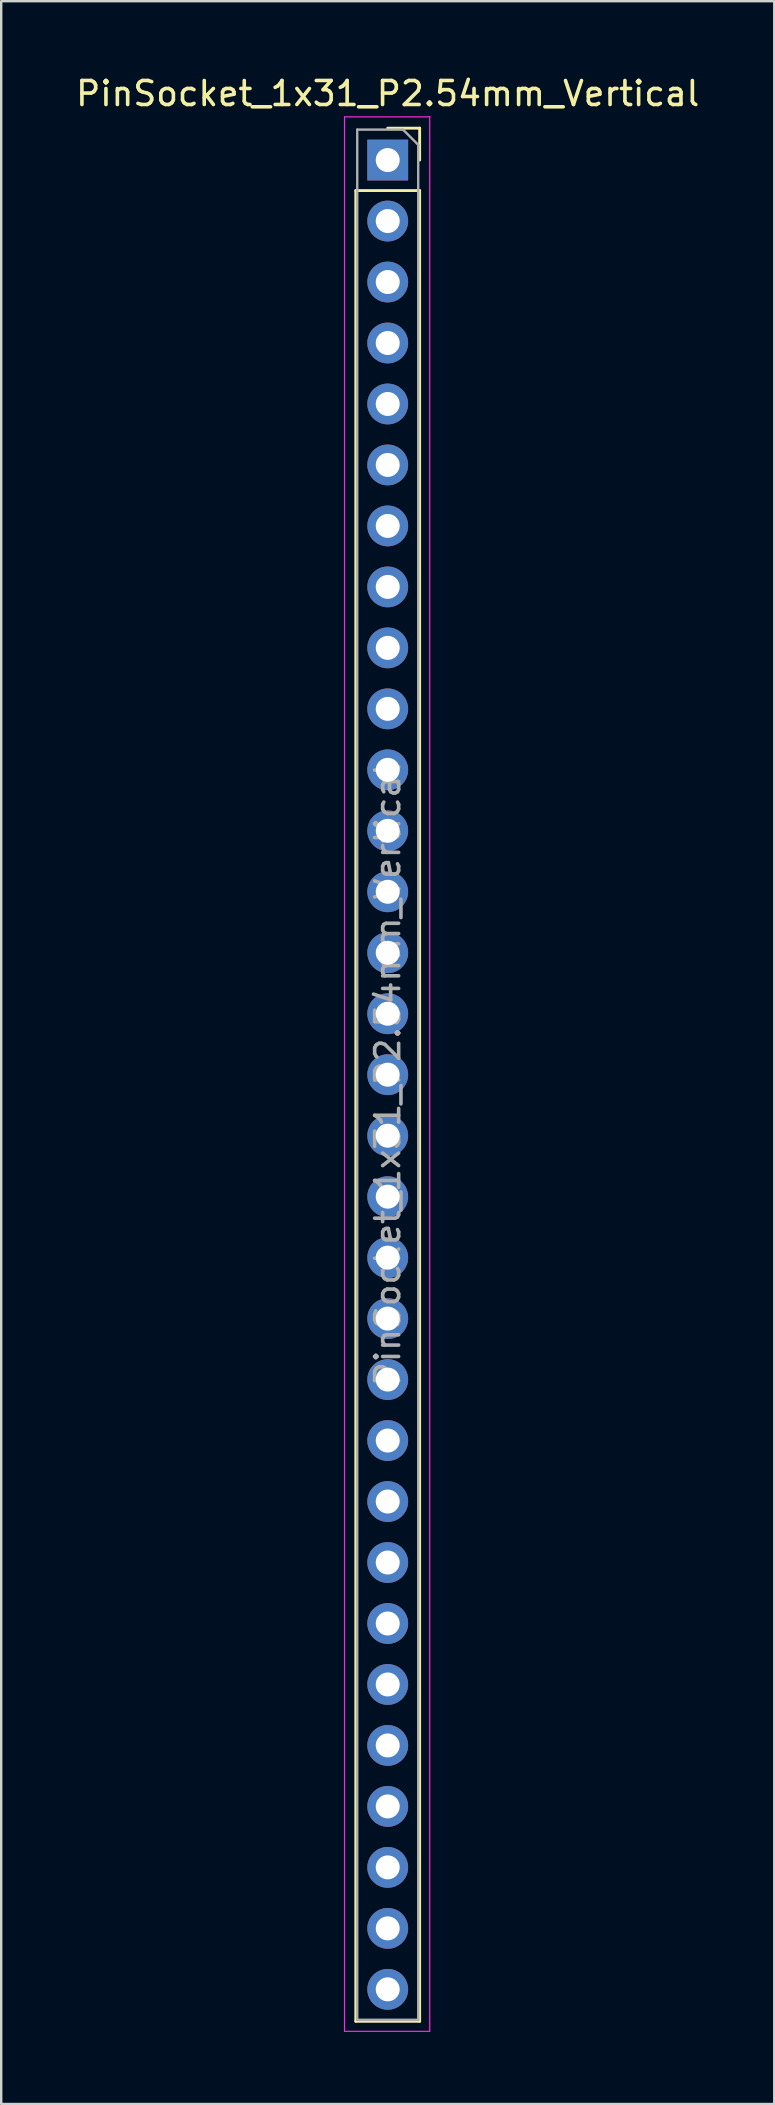
<source format=kicad_pcb>
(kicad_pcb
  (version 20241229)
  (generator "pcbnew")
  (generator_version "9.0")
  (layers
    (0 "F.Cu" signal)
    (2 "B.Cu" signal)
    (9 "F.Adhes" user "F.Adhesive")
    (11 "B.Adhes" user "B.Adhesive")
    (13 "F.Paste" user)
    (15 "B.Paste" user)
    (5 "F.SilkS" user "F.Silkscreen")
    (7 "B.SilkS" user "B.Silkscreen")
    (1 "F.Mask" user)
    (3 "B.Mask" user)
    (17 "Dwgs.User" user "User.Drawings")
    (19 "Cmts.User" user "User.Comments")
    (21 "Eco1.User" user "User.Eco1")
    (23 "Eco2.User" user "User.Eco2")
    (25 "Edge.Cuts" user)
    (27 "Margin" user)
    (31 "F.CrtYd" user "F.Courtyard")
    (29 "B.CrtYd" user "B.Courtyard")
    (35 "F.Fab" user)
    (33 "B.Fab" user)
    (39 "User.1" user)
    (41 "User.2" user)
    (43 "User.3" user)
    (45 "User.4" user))
  (footprint "PinSocket_1x31_P2.54mm_Vertical"
    (layer "F.Cu")
    (at 13.101 3.618)
    (property "Reference" "PinSocket_1x31_P2.54mm_Vertical" (at 0 -2.77 0) (layer "F.SilkS") (effects (font (size 1 1) (thickness 0.15))))
    (attr through_hole)
    (fp_line (start -1.33 1.27) (end -1.33 77.53) (stroke (width 0.12) (type solid)) (layer "F.SilkS"))
    (fp_line (start -1.33 1.27) (end 1.33 1.27) (stroke (width 0.12) (type solid)) (layer "F.SilkS"))
    (fp_line (start -1.33 77.53) (end 1.33 77.53) (stroke (width 0.12) (type solid)) (layer "F.SilkS"))
    (fp_line (start 0 -1.33) (end 1.33 -1.33) (stroke (width 0.12) (type solid)) (layer "F.SilkS"))
    (fp_line (start 1.33 -1.33) (end 1.33 0) (stroke (width 0.12) (type solid)) (layer "F.SilkS"))
    (fp_line (start 1.33 1.27) (end 1.33 77.53) (stroke (width 0.12) (type solid)) (layer "F.SilkS"))
    (fp_line (start -1.8 -1.8) (end 1.75 -1.8) (stroke (width 0.05) (type solid)) (layer "F.CrtYd"))
    (fp_line (start -1.8 77.95) (end -1.8 -1.8) (stroke (width 0.05) (type solid)) (layer "F.CrtYd"))
    (fp_line (start 1.75 -1.8) (end 1.75 77.95) (stroke (width 0.05) (type solid)) (layer "F.CrtYd"))
    (fp_line (start 1.75 77.95) (end -1.8 77.95) (stroke (width 0.05) (type solid)) (layer "F.CrtYd"))
    (fp_line (start -1.27 -1.27) (end 0.635 -1.27) (stroke (width 0.1) (type solid)) (layer "F.Fab"))
    (fp_line (start -1.27 77.47) (end -1.27 -1.27) (stroke (width 0.1) (type solid)) (layer "F.Fab"))
    (fp_line (start 0.635 -1.27) (end 1.27 -0.635) (stroke (width 0.1) (type solid)) (layer "F.Fab"))
    (fp_line (start 1.27 -0.635) (end 1.27 77.47) (stroke (width 0.1) (type solid)) (layer "F.Fab"))
    (fp_line (start 1.27 77.47) (end -1.27 77.47) (stroke (width 0.1) (type solid)) (layer "F.Fab"))
    (fp_text user "${REFERENCE}" (at 0 38.1 90) (layer "F.Fab") (effects (font (size 1 1) (thickness 0.15))))
    (pad "1" thru_hole rect (at 0 0) (size 1.7 1.7) (drill 1) (layers "*.Cu" "*.Mask"))
    (pad "2" thru_hole oval (at 0 2.54) (size 1.7 1.7) (drill 1) (layers "*.Cu" "*.Mask"))
    (pad "3" thru_hole oval (at 0 5.08) (size 1.7 1.7) (drill 1) (layers "*.Cu" "*.Mask"))
    (pad "4" thru_hole oval (at 0 7.62) (size 1.7 1.7) (drill 1) (layers "*.Cu" "*.Mask"))
    (pad "5" thru_hole oval (at 0 10.16) (size 1.7 1.7) (drill 1) (layers "*.Cu" "*.Mask"))
    (pad "6" thru_hole oval (at 0 12.7) (size 1.7 1.7) (drill 1) (layers "*.Cu" "*.Mask"))
    (pad "7" thru_hole oval (at 0 15.24) (size 1.7 1.7) (drill 1) (layers "*.Cu" "*.Mask"))
    (pad "8" thru_hole oval (at 0 17.78) (size 1.7 1.7) (drill 1) (layers "*.Cu" "*.Mask"))
    (pad "9" thru_hole oval (at 0 20.32) (size 1.7 1.7) (drill 1) (layers "*.Cu" "*.Mask"))
    (pad "10" thru_hole oval (at 0 22.86) (size 1.7 1.7) (drill 1) (layers "*.Cu" "*.Mask"))
    (pad "11" thru_hole oval (at 0 25.4) (size 1.7 1.7) (drill 1) (layers "*.Cu" "*.Mask"))
    (pad "12" thru_hole oval (at 0 27.94) (size 1.7 1.7) (drill 1) (layers "*.Cu" "*.Mask"))
    (pad "13" thru_hole oval (at 0 30.48) (size 1.7 1.7) (drill 1) (layers "*.Cu" "*.Mask"))
    (pad "14" thru_hole oval (at 0 33.02) (size 1.7 1.7) (drill 1) (layers "*.Cu" "*.Mask"))
    (pad "15" thru_hole oval (at 0 35.56) (size 1.7 1.7) (drill 1) (layers "*.Cu" "*.Mask"))
    (pad "16" thru_hole oval (at 0 38.1) (size 1.7 1.7) (drill 1) (layers "*.Cu" "*.Mask"))
    (pad "17" thru_hole oval (at 0 40.64) (size 1.7 1.7) (drill 1) (layers "*.Cu" "*.Mask"))
    (pad "18" thru_hole oval (at 0 43.18) (size 1.7 1.7) (drill 1) (layers "*.Cu" "*.Mask"))
    (pad "19" thru_hole oval (at 0 45.72) (size 1.7 1.7) (drill 1) (layers "*.Cu" "*.Mask"))
    (pad "20" thru_hole oval (at 0 48.26) (size 1.7 1.7) (drill 1) (layers "*.Cu" "*.Mask"))
    (pad "21" thru_hole oval (at 0 50.8) (size 1.7 1.7) (drill 1) (layers "*.Cu" "*.Mask"))
    (pad "22" thru_hole oval (at 0 53.34) (size 1.7 1.7) (drill 1) (layers "*.Cu" "*.Mask"))
    (pad "23" thru_hole oval (at 0 55.88) (size 1.7 1.7) (drill 1) (layers "*.Cu" "*.Mask"))
    (pad "24" thru_hole oval (at 0 58.42) (size 1.7 1.7) (drill 1) (layers "*.Cu" "*.Mask"))
    (pad "25" thru_hole oval (at 0 60.96) (size 1.7 1.7) (drill 1) (layers "*.Cu" "*.Mask"))
    (pad "26" thru_hole oval (at 0 63.5) (size 1.7 1.7) (drill 1) (layers "*.Cu" "*.Mask"))
    (pad "27" thru_hole oval (at 0 66.04) (size 1.7 1.7) (drill 1) (layers "*.Cu" "*.Mask"))
    (pad "28" thru_hole oval (at 0 68.58) (size 1.7 1.7) (drill 1) (layers "*.Cu" "*.Mask"))
    (pad "29" thru_hole oval (at 0 71.12) (size 1.7 1.7) (drill 1) (layers "*.Cu" "*.Mask"))
    (pad "30" thru_hole oval (at 0 73.66) (size 1.7 1.7) (drill 1) (layers "*.Cu" "*.Mask"))
    (pad "31" thru_hole oval (at 0 76.2) (size 1.7 1.7) (drill 1) (layers "*.Cu" "*.Mask")))
  (gr_rect
    (start -3 -3)
    (end 29.202 84.593)
    (stroke (width 0.1) (type default))
    (fill no)
    (layer "Edge.Cuts")))
</source>
